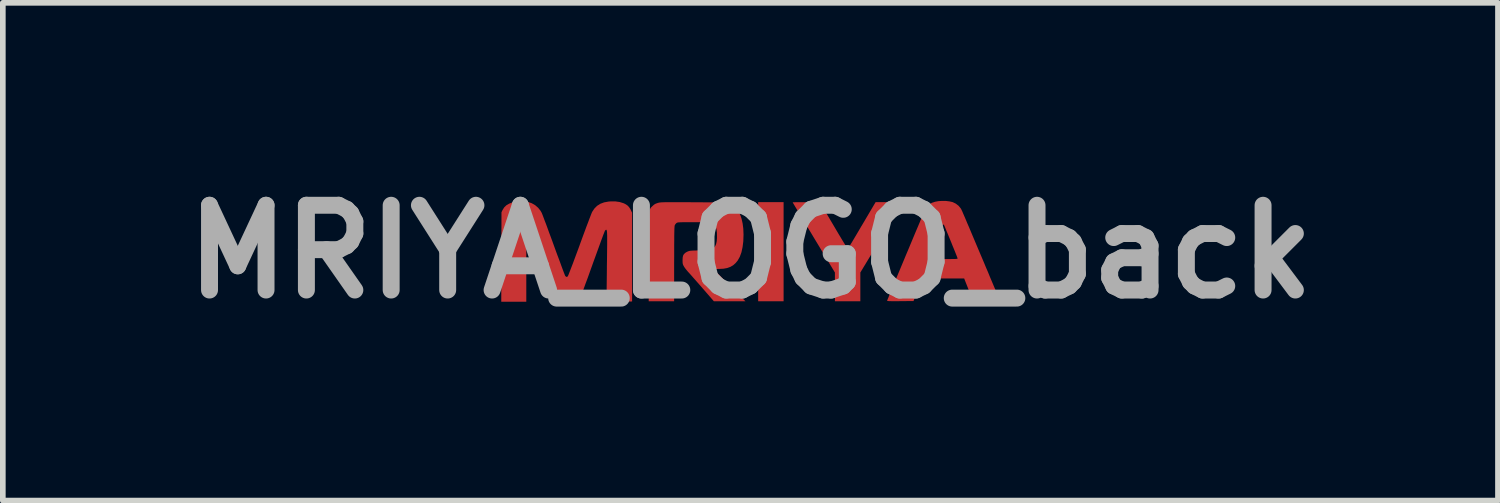
<source format=kicad_pcb>
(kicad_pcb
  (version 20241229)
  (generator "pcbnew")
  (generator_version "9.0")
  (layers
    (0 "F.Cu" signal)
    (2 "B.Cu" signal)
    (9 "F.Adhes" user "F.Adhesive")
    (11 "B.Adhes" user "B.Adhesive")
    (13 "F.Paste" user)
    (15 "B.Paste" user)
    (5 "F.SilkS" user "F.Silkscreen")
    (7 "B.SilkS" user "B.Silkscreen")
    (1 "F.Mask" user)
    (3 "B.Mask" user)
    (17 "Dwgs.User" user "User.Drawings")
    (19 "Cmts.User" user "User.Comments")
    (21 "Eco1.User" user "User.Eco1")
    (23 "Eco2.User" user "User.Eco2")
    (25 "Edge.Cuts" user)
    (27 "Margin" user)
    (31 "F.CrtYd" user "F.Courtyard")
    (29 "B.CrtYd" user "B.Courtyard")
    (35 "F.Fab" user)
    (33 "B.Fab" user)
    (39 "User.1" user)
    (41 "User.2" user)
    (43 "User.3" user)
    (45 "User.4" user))
  (footprint "MRIYA_LOGO_back"
    (layer "F.Cu")
    (at 10.229 1.404)
    (property "Reference" "MRIYA_LOGO_back" (at 0 0 0) (layer "F.Fab") (effects (font (size 1.5 1.5) (thickness 0.3))))
    (attr board_only exclude_from_pos_files exclude_from_bom)
    (fp_poly (pts (xy 0.587 0) (xy 0.587 0.877) (xy 0.362 0.877) (xy 0.137 0.877) (xy 0.137 0) (xy 0.137 -0.877) (xy 0.362 -0.877) (xy 0.587 -0.877)) (stroke (width 0) (type solid)) (fill yes) (layer "F.Cu"))
    (fp_poly (pts (xy 2.671 -0.83) (xy 2.662 -0.816) (xy 2.647 -0.79) (xy 2.624 -0.754) (xy 2.596 -0.707) (xy 2.562 -0.652) (xy 2.524 -0.588) (xy 2.481 -0.518) (xy 2.435 -0.442) (xy 2.386 -0.361) (xy 2.335 -0.277) (xy 2.293 -0.207) (xy 1.945 0.368) (xy 1.945 0.622) (xy 1.945 0.877) (xy 1.72 0.877) (xy 1.495 0.877) (xy 1.495 0.622) (xy 1.495 0.368) (xy 1.121 -0.251) (xy 1.068 -0.34) (xy 1.016 -0.425) (xy 0.968 -0.506) (xy 0.923 -0.58) (xy 0.882 -0.649) (xy 0.845 -0.71) (xy 0.813 -0.763) (xy 0.787 -0.806) (xy 0.767 -0.84) (xy 0.754 -0.862) (xy 0.748 -0.873) (xy 0.748 -0.874) (xy 0.755 -0.875) (xy 0.776 -0.875) (xy 0.808 -0.876) (xy 0.85 -0.876) (xy 0.9 -0.876) (xy 0.957 -0.876) (xy 0.989 -0.875) (xy 1.23 -0.873) (xy 1.474 -0.46) (xy 1.517 -0.387) (xy 1.557 -0.319) (xy 1.595 -0.256) (xy 1.629 -0.199) (xy 1.659 -0.15) (xy 1.684 -0.109) (xy 1.703 -0.078) (xy 1.716 -0.058) (xy 1.723 -0.049) (xy 1.723 -0.049) (xy 1.728 -0.056) (xy 1.74 -0.075) (xy 1.758 -0.105) (xy 1.782 -0.145) (xy 1.811 -0.193) (xy 1.844 -0.249) (xy 1.881 -0.311) (xy 1.921 -0.379) (xy 1.963 -0.451) (xy 1.972 -0.465) (xy 2.215 -0.877) (xy 2.458 -0.877) (xy 2.7 -0.877)) (stroke (width 0) (type solid)) (fill yes) (layer "F.Cu"))
    (fp_poly (pts (xy 3.461 -0.898) (xy 3.524 -0.89) (xy 3.58 -0.877) (xy 3.58 -0.877) (xy 3.635 -0.85) (xy 3.684 -0.812) (xy 3.724 -0.763) (xy 3.735 -0.742) (xy 3.74 -0.731) (xy 3.751 -0.708) (xy 3.766 -0.672) (xy 3.786 -0.626) (xy 3.81 -0.57) (xy 3.837 -0.505) (xy 3.868 -0.434) (xy 3.901 -0.355) (xy 3.936 -0.272) (xy 3.973 -0.184) (xy 4.011 -0.094) (xy 4.05 -0.002) (xy 4.09 0.092) (xy 4.129 0.184) (xy 4.167 0.276) (xy 4.205 0.364) (xy 4.24 0.45) (xy 4.274 0.53) (xy 4.305 0.604) (xy 4.334 0.672) (xy 4.358 0.731) (xy 4.379 0.781) (xy 4.396 0.821) (xy 4.407 0.85) (xy 4.413 0.864) (xy 4.414 0.868) (xy 4.411 0.871) (xy 4.404 0.873) (xy 4.391 0.875) (xy 4.371 0.876) (xy 4.341 0.876) (xy 4.3 0.876) (xy 4.248 0.876) (xy 4.182 0.875) (xy 4.179 0.875) (xy 3.941 0.873) (xy 3.861 0.673) (xy 3.782 0.473) (xy 3.413 0.473) (xy 3.045 0.473) (xy 2.965 0.673) (xy 2.886 0.873) (xy 2.652 0.875) (xy 2.581 0.876) (xy 2.524 0.876) (xy 2.48 0.875) (xy 2.449 0.874) (xy 2.429 0.872) (xy 2.419 0.87) (xy 2.418 0.869) (xy 2.421 0.861) (xy 2.429 0.84) (xy 2.443 0.807) (xy 2.46 0.763) (xy 2.482 0.709) (xy 2.508 0.647) (xy 2.537 0.577) (xy 2.568 0.501) (xy 2.602 0.42) (xy 2.638 0.334) (xy 2.675 0.245) (xy 2.713 0.154) (xy 2.725 0.125) (xy 3.158 0.125) (xy 3.165 0.126) (xy 3.186 0.127) (xy 3.219 0.128) (xy 3.261 0.129) (xy 3.312 0.129) (xy 3.369 0.13) (xy 3.414 0.13) (xy 3.483 0.13) (xy 3.538 0.13) (xy 3.582 0.129) (xy 3.614 0.129) (xy 3.637 0.128) (xy 3.652 0.126) (xy 3.661 0.124) (xy 3.665 0.122) (xy 3.666 0.118) (xy 3.665 0.114) (xy 3.66 0.101) (xy 3.651 0.077) (xy 3.637 0.042) (xy 3.62 -0.001) (xy 3.6 -0.05) (xy 3.578 -0.103) (xy 3.556 -0.159) (xy 3.533 -0.215) (xy 3.51 -0.27) (xy 3.489 -0.322) (xy 3.469 -0.369) (xy 3.453 -0.409) (xy 3.44 -0.441) (xy 3.431 -0.461) (xy 3.427 -0.469) (xy 3.418 -0.484) (xy 3.404 -0.469) (xy 3.399 -0.46) (xy 3.389 -0.439) (xy 3.375 -0.407) (xy 3.357 -0.366) (xy 3.337 -0.319) (xy 3.315 -0.267) (xy 3.292 -0.211) (xy 3.269 -0.155) (xy 3.246 -0.098) (xy 3.224 -0.045) (xy 3.204 0.005) (xy 3.186 0.048) (xy 3.173 0.084) (xy 3.163 0.109) (xy 3.158 0.124) (xy 3.158 0.125) (xy 2.725 0.125) (xy 2.751 0.062) (xy 2.79 -0.03) (xy 2.828 -0.121) (xy 2.865 -0.21) (xy 2.901 -0.296) (xy 2.935 -0.377) (xy 2.967 -0.452) (xy 2.996 -0.521) (xy 3.022 -0.583) (xy 3.044 -0.635) (xy 3.062 -0.678) (xy 3.076 -0.71) (xy 3.085 -0.73) (xy 3.087 -0.735) (xy 3.11 -0.773) (xy 3.141 -0.809) (xy 3.175 -0.841) (xy 3.208 -0.864) (xy 3.218 -0.868) (xy 3.268 -0.884) (xy 3.328 -0.895) (xy 3.394 -0.899)) (stroke (width 0) (type solid)) (fill yes) (layer "F.Cu"))
    (fp_poly (pts (xy -1.277 -0.876) (xy -1.193 -0.876) (xy -1.096 -0.876) (xy -1.025 -0.875) (xy -0.916 -0.875) (xy -0.821 -0.874) (xy -0.739 -0.874) (xy -0.669 -0.873) (xy -0.61 -0.872) (xy -0.56 -0.871) (xy -0.519 -0.87) (xy -0.484 -0.868) (xy -0.456 -0.865) (xy -0.433 -0.862) (xy -0.414 -0.858) (xy -0.398 -0.854) (xy -0.383 -0.848) (xy -0.369 -0.842) (xy -0.354 -0.835) (xy -0.34 -0.828) (xy -0.29 -0.798) (xy -0.248 -0.761) (xy -0.215 -0.717) (xy -0.182 -0.657) (xy -0.157 -0.584) (xy -0.138 -0.5) (xy -0.126 -0.406) (xy -0.122 -0.304) (xy -0.122 -0.301) (xy -0.126 -0.185) (xy -0.139 -0.081) (xy -0.159 0.011) (xy -0.188 0.09) (xy -0.225 0.156) (xy -0.262 0.201) (xy -0.306 0.24) (xy -0.356 0.269) (xy -0.412 0.289) (xy -0.478 0.301) (xy -0.554 0.305) (xy -0.563 0.305) (xy -0.597 0.306) (xy -0.624 0.307) (xy -0.643 0.309) (xy -0.648 0.311) (xy -0.643 0.317) (xy -0.628 0.333) (xy -0.604 0.358) (xy -0.573 0.39) (xy -0.534 0.43) (xy -0.49 0.474) (xy -0.441 0.524) (xy -0.388 0.577) (xy -0.368 0.597) (xy -0.088 0.877) (xy -0.367 0.877) (xy -0.647 0.877) (xy -0.844 0.65) (xy -0.89 0.597) (xy -0.935 0.546) (xy -0.979 0.496) (xy -1.018 0.452) (xy -1.052 0.413) (xy -1.079 0.383) (xy -1.098 0.362) (xy -1.099 0.362) (xy -1.125 0.331) (xy -1.15 0.3) (xy -1.17 0.272) (xy -1.178 0.258) (xy -1.19 0.236) (xy -1.197 0.216) (xy -1.2 0.192) (xy -1.201 0.161) (xy -1.201 0.153) (xy -1.199 0.105) (xy -1.192 0.07) (xy -1.177 0.043) (xy -1.154 0.021) (xy -1.126 0.004) (xy -1.111 -0.003) (xy -1.098 -0.008) (xy -1.084 -0.013) (xy -1.066 -0.016) (xy -1.044 -0.018) (xy -1.013 -0.02) (xy -0.972 -0.021) (xy -0.919 -0.023) (xy -0.909 -0.023) (xy -0.843 -0.025) (xy -0.79 -0.028) (xy -0.749 -0.032) (xy -0.717 -0.037) (xy -0.692 -0.043) (xy -0.673 -0.051) (xy -0.656 -0.062) (xy -0.643 -0.074) (xy -0.622 -0.102) (xy -0.607 -0.137) (xy -0.597 -0.183) (xy -0.592 -0.24) (xy -0.592 -0.275) (xy -0.593 -0.334) (xy -0.598 -0.381) (xy -0.607 -0.418) (xy -0.621 -0.448) (xy -0.64 -0.473) (xy -0.652 -0.485) (xy -0.664 -0.495) (xy -0.678 -0.503) (xy -0.694 -0.509) (xy -0.716 -0.514) (xy -0.744 -0.517) (xy -0.779 -0.52) (xy -0.824 -0.521) (xy -0.88 -0.522) (xy -0.948 -0.522) (xy -1.012 -0.522) (xy -1.084 -0.522) (xy -1.143 -0.522) (xy -1.189 -0.522) (xy -1.225 -0.521) (xy -1.252 -0.52) (xy -1.272 -0.519) (xy -1.286 -0.517) (xy -1.296 -0.514) (xy -1.303 -0.511) (xy -1.309 -0.507) (xy -1.309 -0.507) (xy -1.327 -0.488) (xy -1.34 -0.465) (xy -1.34 -0.465) (xy -1.342 -0.455) (xy -1.343 -0.438) (xy -1.345 -0.412) (xy -1.346 -0.376) (xy -1.347 -0.329) (xy -1.348 -0.272) (xy -1.348 -0.203) (xy -1.349 -0.121) (xy -1.349 -0.026) (xy -1.349 0.082) (xy -1.35 0.205) (xy -1.35 0.219) (xy -1.35 0.877) (xy -1.575 0.877) (xy -1.8 0.877) (xy -1.798 0.09) (xy -1.798 -0.041) (xy -1.798 -0.157) (xy -1.798 -0.26) (xy -1.797 -0.35) (xy -1.797 -0.429) (xy -1.796 -0.497) (xy -1.795 -0.555) (xy -1.793 -0.604) (xy -1.792 -0.645) (xy -1.789 -0.678) (xy -1.787 -0.706) (xy -1.783 -0.728) (xy -1.779 -0.745) (xy -1.774 -0.759) (xy -1.768 -0.77) (xy -1.762 -0.779) (xy -1.754 -0.788) (xy -1.745 -0.796) (xy -1.736 -0.805) (xy -1.731 -0.81) (xy -1.705 -0.833) (xy -1.678 -0.849) (xy -1.644 -0.861) (xy -1.642 -0.862) (xy -1.632 -0.865) (xy -1.622 -0.867) (xy -1.61 -0.87) (xy -1.597 -0.871) (xy -1.58 -0.873) (xy -1.559 -0.874) (xy -1.533 -0.875) (xy -1.499 -0.876) (xy -1.458 -0.876) (xy -1.408 -0.876) (xy -1.348 -0.876)) (stroke (width 0) (type solid)) (fill yes) (layer "F.Cu"))
    (fp_poly (pts (xy -4.007 -0.89) (xy -3.955 -0.884) (xy -3.937 -0.881) (xy -3.87 -0.858) (xy -3.809 -0.823) (xy -3.756 -0.777) (xy -3.713 -0.723) (xy -3.692 -0.685) (xy -3.686 -0.67) (xy -3.675 -0.642) (xy -3.66 -0.602) (xy -3.641 -0.551) (xy -3.618 -0.492) (xy -3.593 -0.424) (xy -3.566 -0.349) (xy -3.536 -0.269) (xy -3.505 -0.185) (xy -3.479 -0.113) (xy -3.448 -0.027) (xy -3.418 0.055) (xy -3.389 0.131) (xy -3.363 0.202) (xy -3.34 0.265) (xy -3.32 0.319) (xy -3.303 0.364) (xy -3.29 0.397) (xy -3.282 0.419) (xy -3.278 0.427) (xy -3.262 0.444) (xy -3.246 0.445) (xy -3.233 0.437) (xy -3.228 0.427) (xy -3.218 0.405) (xy -3.205 0.371) (xy -3.187 0.325) (xy -3.166 0.27) (xy -3.141 0.206) (xy -3.115 0.135) (xy -3.086 0.057) (xy -3.055 -0.026) (xy -3.023 -0.113) (xy -3.02 -0.122) (xy -2.988 -0.21) (xy -2.957 -0.295) (xy -2.927 -0.375) (xy -2.9 -0.449) (xy -2.874 -0.516) (xy -2.852 -0.575) (xy -2.833 -0.624) (xy -2.818 -0.663) (xy -2.807 -0.69) (xy -2.801 -0.704) (xy -2.801 -0.704) (xy -2.761 -0.764) (xy -2.713 -0.812) (xy -2.656 -0.848) (xy -2.589 -0.873) (xy -2.512 -0.887) (xy -2.475 -0.89) (xy -2.389 -0.89) (xy -2.312 -0.879) (xy -2.245 -0.858) (xy -2.217 -0.845) (xy -2.179 -0.821) (xy -2.15 -0.792) (xy -2.125 -0.755) (xy -2.114 -0.732) (xy -2.094 -0.69) (xy -2.094 0.095) (xy -2.094 0.881) (xy -2.314 0.883) (xy -2.371 0.883) (xy -2.423 0.883) (xy -2.468 0.883) (xy -2.504 0.882) (xy -2.529 0.88) (xy -2.541 0.879) (xy -2.542 0.879) (xy -2.543 0.87) (xy -2.543 0.848) (xy -2.544 0.812) (xy -2.544 0.765) (xy -2.544 0.707) (xy -2.544 0.639) (xy -2.543 0.564) (xy -2.542 0.481) (xy -2.541 0.392) (xy -2.54 0.298) (xy -2.54 0.257) (xy -2.538 0.143) (xy -2.537 0.043) (xy -2.536 -0.044) (xy -2.535 -0.118) (xy -2.535 -0.181) (xy -2.535 -0.233) (xy -2.535 -0.276) (xy -2.536 -0.31) (xy -2.537 -0.337) (xy -2.539 -0.357) (xy -2.541 -0.371) (xy -2.544 -0.38) (xy -2.547 -0.386) (xy -2.551 -0.388) (xy -2.555 -0.389) (xy -2.555 -0.389) (xy -2.564 -0.383) (xy -2.575 -0.37) (xy -2.579 -0.36) (xy -2.588 -0.337) (xy -2.602 -0.302) (xy -2.619 -0.256) (xy -2.64 -0.2) (xy -2.663 -0.136) (xy -2.689 -0.064) (xy -2.717 0.013) (xy -2.747 0.096) (xy -2.774 0.169) (xy -2.805 0.256) (xy -2.835 0.339) (xy -2.863 0.418) (xy -2.89 0.492) (xy -2.915 0.558) (xy -2.936 0.616) (xy -2.954 0.665) (xy -2.968 0.703) (xy -2.978 0.729) (xy -2.983 0.739) (xy -3.014 0.795) (xy -3.049 0.838) (xy -3.088 0.868) (xy -3.104 0.876) (xy -3.125 0.885) (xy -3.146 0.891) (xy -3.17 0.894) (xy -3.202 0.896) (xy -3.234 0.897) (xy -3.271 0.898) (xy -3.302 0.897) (xy -3.326 0.897) (xy -3.337 0.895) (xy -3.394 0.876) (xy -3.44 0.849) (xy -3.477 0.812) (xy -3.509 0.762) (xy -3.513 0.754) (xy -3.519 0.74) (xy -3.529 0.714) (xy -3.544 0.675) (xy -3.563 0.625) (xy -3.584 0.566) (xy -3.609 0.499) (xy -3.636 0.424) (xy -3.665 0.344) (xy -3.695 0.26) (xy -3.726 0.173) (xy -3.757 0.086) (xy -3.787 0.003) (xy -3.816 -0.075) (xy -3.842 -0.147) (xy -3.866 -0.211) (xy -3.886 -0.267) (xy -3.904 -0.313) (xy -3.917 -0.348) (xy -3.927 -0.37) (xy -3.932 -0.38) (xy -3.932 -0.38) (xy -3.942 -0.388) (xy -3.95 -0.385) (xy -3.955 -0.378) (xy -3.957 -0.374) (xy -3.959 -0.365) (xy -3.961 -0.352) (xy -3.962 -0.333) (xy -3.963 -0.308) (xy -3.964 -0.275) (xy -3.965 -0.233) (xy -3.965 -0.182) (xy -3.966 -0.12) (xy -3.966 -0.047) (xy -3.966 0.038) (xy -3.966 0.137) (xy -3.966 0.25) (xy -3.966 0.261) (xy -3.966 0.885) (xy -4.188 0.885) (xy -4.409 0.885) (xy -4.407 0.093) (xy -4.405 -0.698) (xy -4.387 -0.736) (xy -4.358 -0.783) (xy -4.318 -0.822) (xy -4.266 -0.852) (xy -4.201 -0.875) (xy -4.174 -0.881) (xy -4.123 -0.889) (xy -4.066 -0.892)) (stroke (width 0) (type solid)) (fill yes) (layer "F.Cu")))
  (gr_rect
    (start -3 -3)
    (end 23.457 5.808)
    (stroke (width 0.1) (type default))
    (fill no)
    (layer "Edge.Cuts")))
</source>
